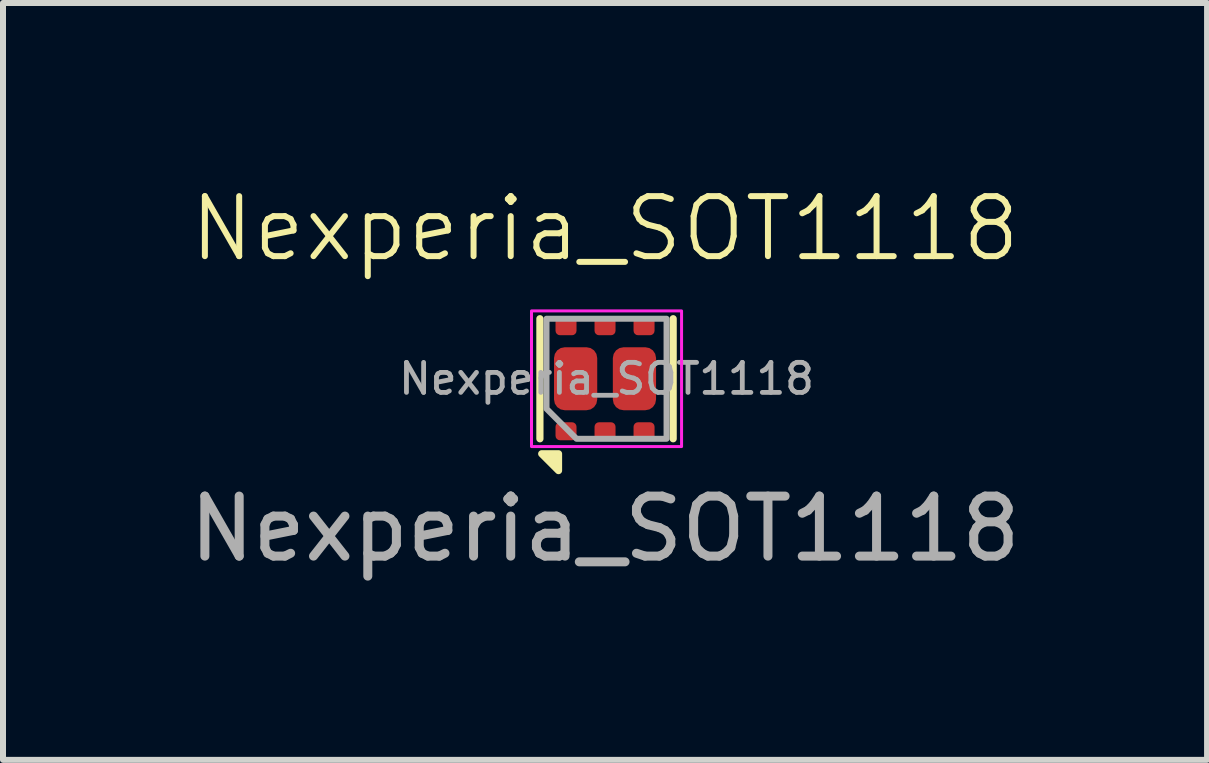
<source format=kicad_pcb>
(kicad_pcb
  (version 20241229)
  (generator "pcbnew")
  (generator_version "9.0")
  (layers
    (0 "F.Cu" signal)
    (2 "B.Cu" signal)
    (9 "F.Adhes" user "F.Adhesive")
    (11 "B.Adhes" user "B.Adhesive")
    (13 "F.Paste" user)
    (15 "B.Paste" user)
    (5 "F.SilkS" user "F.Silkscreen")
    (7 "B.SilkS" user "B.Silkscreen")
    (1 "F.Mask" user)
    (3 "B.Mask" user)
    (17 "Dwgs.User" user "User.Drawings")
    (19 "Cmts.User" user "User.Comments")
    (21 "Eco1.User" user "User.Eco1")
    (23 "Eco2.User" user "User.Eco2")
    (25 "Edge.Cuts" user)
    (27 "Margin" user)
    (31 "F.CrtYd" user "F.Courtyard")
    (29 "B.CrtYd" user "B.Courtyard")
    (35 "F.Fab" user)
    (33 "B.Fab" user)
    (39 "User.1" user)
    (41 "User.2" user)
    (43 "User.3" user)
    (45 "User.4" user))
  (footprint "Nexperia_SOT1118"
    (layer "F.Cu")
    (at 7.03 3.26)
    (property "Reference" "Nexperia_SOT1118" (at 0 -2.5 0) (unlocked yes) (layer "F.SilkS") (effects (font (size 1 1) (thickness 0.1))))
    (attr smd)
    (fp_line (start -1.085 1) (end -1.085 -1) (stroke (width 0.12) (type solid)) (layer "F.SilkS"))
    (fp_line (start 1.135 1) (end 1.135 -1) (stroke (width 0.12) (type solid)) (layer "F.SilkS"))
    (fp_poly (pts (xy -0.775 1.25) (xy -0.775 1.53) (xy -1.055 1.25)) (stroke (width 0.12) (type solid)) (fill yes) (layer "F.SilkS"))
    (fp_rect (start -1.225 -1.13) (end 1.275 1.13) (stroke (width 0.05) (type solid)) (fill no) (layer "F.CrtYd"))
    (fp_poly (pts (xy -0.475 1) (xy 1.025 1) (xy 1.025 -1) (xy -0.975 -1) (xy -0.975 0.5)) (stroke (width 0.1) (type solid)) (fill no) (layer "F.Fab"))
    (fp_text user "${REFERENCE}" (at 0.025 0 0) (layer "F.Fab") (effects (font (size 0.5 0.5) (thickness 0.08))))
    (fp_text user "${REFERENCE}" (at 0 2.5 0) (unlocked yes) (layer "F.Fab") (effects (font (size 1 1) (thickness 0.15))))
    (pad "1" smd roundrect (at -0.65 0.875 90) (size 0.3 0.35) (layers "F.Cu" "F.Mask" "F.Paste") (roundrect_rratio 0.25))
    (pad "2" smd roundrect (at 0 0.875 90) (size 0.3 0.35) (layers "F.Cu" "F.Mask" "F.Paste") (roundrect_rratio 0.25))
    (pad "3" smd roundrect (at 0.65 0.875 90) (size 0.3 0.35) (layers "F.Cu" "F.Mask" "F.Paste") (roundrect_rratio 0.25))
    (pad "4" smd roundrect (at 0.65 -0.875 90) (size 0.3 0.35) (layers "F.Cu" "F.Mask" "F.Paste") (roundrect_rratio 0.25))
    (pad "5" smd roundrect (at 0 -0.875 90) (size 0.3 0.35) (layers "F.Cu" "F.Mask" "F.Paste") (roundrect_rratio 0.25))
    (pad "6" smd roundrect (at -0.65 -0.875 90) (size 0.3 0.35) (layers "F.Cu" "F.Mask" "F.Paste") (roundrect_rratio 0.25))
    (pad "7" smd roundrect (at -0.49 0 90) (size 1.05 0.72) (layers "F.Cu" "F.Mask" "F.Paste") (roundrect_rratio 0.25))
    (pad "8" smd roundrect (at 0.49 0 90) (size 1.05 0.72) (layers "F.Cu" "F.Mask" "F.Paste") (roundrect_rratio 0.25)))
  (gr_rect
    (start -3 -3)
    (end 17.06 9.609)
    (stroke (width 0.1) (type default))
    (fill no)
    (layer "Edge.Cuts")))
</source>
